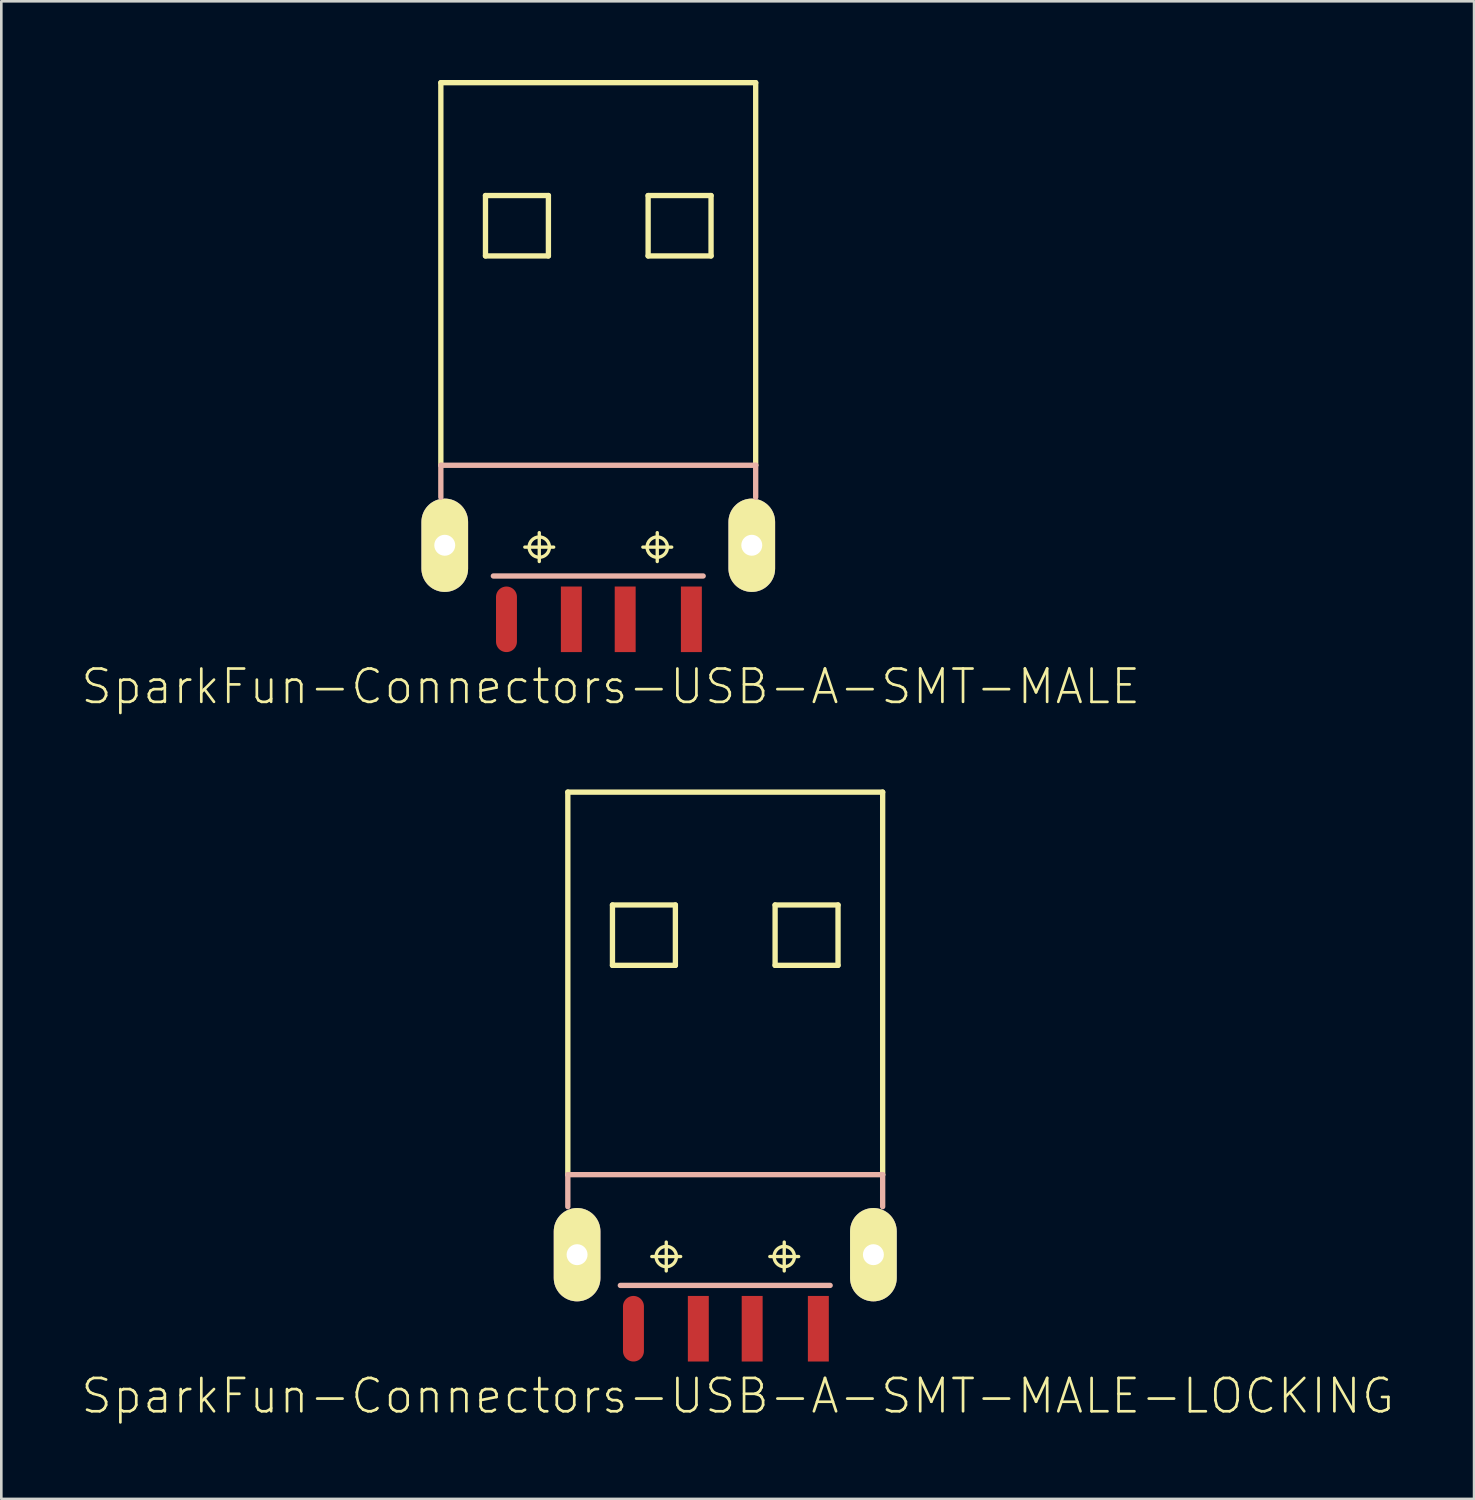
<source format=kicad_pcb>
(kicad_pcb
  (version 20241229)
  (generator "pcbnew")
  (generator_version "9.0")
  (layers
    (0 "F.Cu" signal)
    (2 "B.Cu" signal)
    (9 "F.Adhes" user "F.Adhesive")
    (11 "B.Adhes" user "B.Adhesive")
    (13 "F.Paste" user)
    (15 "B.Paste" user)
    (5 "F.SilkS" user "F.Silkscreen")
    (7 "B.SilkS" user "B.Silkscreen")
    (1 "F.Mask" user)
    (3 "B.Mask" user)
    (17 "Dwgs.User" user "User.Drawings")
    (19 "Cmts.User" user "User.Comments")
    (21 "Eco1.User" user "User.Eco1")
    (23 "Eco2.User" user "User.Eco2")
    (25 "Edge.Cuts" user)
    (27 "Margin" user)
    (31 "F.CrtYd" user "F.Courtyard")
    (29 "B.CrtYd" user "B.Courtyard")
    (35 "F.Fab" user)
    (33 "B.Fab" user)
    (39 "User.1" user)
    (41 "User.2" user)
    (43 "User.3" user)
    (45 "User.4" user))
  (footprint "SparkFun-Connectors-USB-A-SMT-MALE"
    (layer "F.Cu")
    (at 19.749 14.681)
    (property "Reference" "SparkFun-Connectors-USB-A-SMT-MALE" (at 0.475 8.433 0) (layer "F.SilkS") (effects (font (size 1.27 1.27) (thickness 0.102))))
    (attr smd)
    (fp_line (start -6.248 2.248) (end -5.448 2.248) (stroke (width 0.127) (type solid)) (layer "F.SilkS"))
    (fp_line (start -6.248 2.649) (end -5.448 2.649) (stroke (width 0.127) (type solid)) (layer "F.SilkS"))
    (fp_line (start -6.248 3.449) (end -5.448 3.449) (stroke (width 0.127) (type solid)) (layer "F.SilkS"))
    (fp_line (start -6.248 3.848) (end -5.448 3.848) (stroke (width 0.127) (type solid)) (layer "F.SilkS"))
    (fp_line (start -5.999 0) (end -5.999 -14.58) (stroke (width 0.203) (type solid)) (layer "F.SilkS"))
    (fp_line (start -5.85 2.649) (end -5.85 1.849) (stroke (width 0.127) (type solid)) (layer "F.SilkS"))
    (fp_line (start -5.85 3.048) (end -5.85 2.248) (stroke (width 0.127) (type solid)) (layer "F.SilkS"))
    (fp_line (start -5.85 3.848) (end -5.85 3.048) (stroke (width 0.127) (type solid)) (layer "F.SilkS"))
    (fp_line (start -5.85 4.249) (end -5.85 3.449) (stroke (width 0.127) (type solid)) (layer "F.SilkS"))
    (fp_line (start -4.298 -10.279) (end -4.298 -7.978) (stroke (width 0.203) (type solid)) (layer "F.SilkS"))
    (fp_line (start -4.298 -7.978) (end -1.9 -7.978) (stroke (width 0.203) (type solid)) (layer "F.SilkS"))
    (fp_line (start -2.799 3.119) (end -1.699 3.119) (stroke (width 0.127) (type solid)) (layer "F.SilkS"))
    (fp_line (start -2.248 3.668) (end -2.248 2.568) (stroke (width 0.127) (type solid)) (layer "F.SilkS"))
    (fp_line (start -1.9 -10.279) (end -4.298 -10.279) (stroke (width 0.203) (type solid)) (layer "F.SilkS"))
    (fp_line (start -1.9 -7.978) (end -1.9 -10.279) (stroke (width 0.203) (type solid)) (layer "F.SilkS"))
    (fp_line (start 1.699 3.119) (end 2.799 3.119) (stroke (width 0.127) (type solid)) (layer "F.SilkS"))
    (fp_line (start 1.9 -10.279) (end 1.9 -7.978) (stroke (width 0.203) (type solid)) (layer "F.SilkS"))
    (fp_line (start 1.9 -7.978) (end 4.298 -7.978) (stroke (width 0.203) (type solid)) (layer "F.SilkS"))
    (fp_line (start 2.248 3.668) (end 2.248 2.568) (stroke (width 0.127) (type solid)) (layer "F.SilkS"))
    (fp_line (start 4.298 -10.279) (end 1.9 -10.279) (stroke (width 0.203) (type solid)) (layer "F.SilkS"))
    (fp_line (start 4.298 -7.978) (end 4.298 -10.279) (stroke (width 0.203) (type solid)) (layer "F.SilkS"))
    (fp_line (start 5.448 2.248) (end 6.248 2.248) (stroke (width 0.127) (type solid)) (layer "F.SilkS"))
    (fp_line (start 5.448 2.649) (end 6.248 2.649) (stroke (width 0.127) (type solid)) (layer "F.SilkS"))
    (fp_line (start 5.448 3.449) (end 6.248 3.449) (stroke (width 0.127) (type solid)) (layer "F.SilkS"))
    (fp_line (start 5.448 3.848) (end 6.248 3.848) (stroke (width 0.127) (type solid)) (layer "F.SilkS"))
    (fp_line (start 5.85 2.649) (end 5.85 1.849) (stroke (width 0.127) (type solid)) (layer "F.SilkS"))
    (fp_line (start 5.85 3.048) (end 5.85 2.248) (stroke (width 0.127) (type solid)) (layer "F.SilkS"))
    (fp_line (start 5.85 3.848) (end 5.85 3.048) (stroke (width 0.127) (type solid)) (layer "F.SilkS"))
    (fp_line (start 5.85 4.249) (end 5.85 3.449) (stroke (width 0.127) (type solid)) (layer "F.SilkS"))
    (fp_line (start 5.999 -14.58) (end -5.999 -14.58) (stroke (width 0.203) (type solid)) (layer "F.SilkS"))
    (fp_line (start 5.999 0) (end 5.999 -14.58) (stroke (width 0.203) (type solid)) (layer "F.SilkS"))
    (fp_circle (center -5.85 2.248) (end -6.048 2.446) (stroke (width 0.127) (type solid)) (fill no) (layer "F.SilkS"))
    (fp_circle (center -5.85 2.649) (end -6.048 2.847) (stroke (width 0.127) (type solid)) (fill no) (layer "F.SilkS"))
    (fp_circle (center -5.85 3.449) (end -6.048 3.647) (stroke (width 0.127) (type solid)) (fill no) (layer "F.SilkS"))
    (fp_circle (center -5.85 3.848) (end -6.048 4.046) (stroke (width 0.127) (type solid)) (fill no) (layer "F.SilkS"))
    (fp_circle (center -2.248 3.119) (end -2.522 3.393) (stroke (width 0.127) (type solid)) (fill no) (layer "F.SilkS"))
    (fp_circle (center 2.248 3.119) (end 2.522 3.393) (stroke (width 0.127) (type solid)) (fill no) (layer "F.SilkS"))
    (fp_circle (center 5.85 2.248) (end 6.048 2.446) (stroke (width 0.127) (type solid)) (fill no) (layer "F.SilkS"))
    (fp_circle (center 5.85 2.649) (end 6.048 2.847) (stroke (width 0.127) (type solid)) (fill no) (layer "F.SilkS"))
    (fp_circle (center 5.85 3.449) (end 6.048 3.647) (stroke (width 0.127) (type solid)) (fill no) (layer "F.SilkS"))
    (fp_circle (center 5.85 3.848) (end 6.048 4.046) (stroke (width 0.127) (type solid)) (fill no) (layer "F.SilkS"))
    (fp_line (start -5.999 0) (end -5.999 1.219) (stroke (width 0.203) (type solid)) (layer "B.SilkS"))
    (fp_line (start -3.998 4.219) (end 3.998 4.219) (stroke (width 0.203) (type solid)) (layer "B.SilkS"))
    (fp_line (start 5.999 0) (end -5.999 0) (stroke (width 0.203) (type solid)) (layer "B.SilkS"))
    (fp_line (start 5.999 0) (end 5.999 1.219) (stroke (width 0.203) (type solid)) (layer "B.SilkS"))
    (pad "D+1" smd rect (at 1.026 5.87 270) (size 2.499 0.798) (layers "F.Cu" "F.Mask" "F.Paste"))
    (pad "D-1" smd rect (at -1.026 5.87 270) (size 2.499 0.798) (layers "F.Cu" "F.Mask" "F.Paste"))
    (pad "GND1" smd rect (at 3.548 5.87 270) (size 2.499 0.798) (layers "F.Cu" "F.Mask" "F.Paste"))
    (pad "P$1" thru_hole oval (at 5.85 3.048 180) (size 1.778 3.556) (drill 0.798) (layers "*.Cu" "F.Mask" "F.SilkS" "F.Paste"))
    (pad "P$3" thru_hole oval (at -5.85 3.048 180) (size 1.778 3.556) (drill 0.798) (layers "*.Cu" "F.Mask" "F.SilkS" "F.Paste"))
    (pad "VBUS" smd oval (at -3.498 5.87 270) (size 2.499 0.798) (layers "F.Cu" "F.Mask" "F.Paste")))
  (footprint "SparkFun-Connectors-USB-A-SMT-MALE-LOCKING"
    (layer "F.Cu")
    (at 24.588 41.716)
    (property "Reference" "SparkFun-Connectors-USB-A-SMT-MALE-LOCKING" (at 0.475 8.433 0) (layer "F.SilkS") (effects (font (size 1.27 1.27) (thickness 0.102))))
    (attr smd)
    (fp_line (start -6.185 4.064) (end -6.185 2.032) (stroke (width 0.1) (type solid)) (layer "F.SilkS"))
    (fp_line (start -6.045 2.248) (end -5.245 2.248) (stroke (width 0.127) (type solid)) (layer "F.SilkS"))
    (fp_line (start -6.045 2.649) (end -5.245 2.649) (stroke (width 0.127) (type solid)) (layer "F.SilkS"))
    (fp_line (start -6.045 3.449) (end -5.245 3.449) (stroke (width 0.127) (type solid)) (layer "F.SilkS"))
    (fp_line (start -6.045 3.848) (end -5.245 3.848) (stroke (width 0.127) (type solid)) (layer "F.SilkS"))
    (fp_line (start -5.999 0) (end -5.999 -14.58) (stroke (width 0.203) (type solid)) (layer "F.SilkS"))
    (fp_line (start -5.994 2.032) (end -5.664 2.032) (stroke (width 0.066) (type solid)) (layer "F.SilkS"))
    (fp_line (start -5.994 4.064) (end -5.994 2.032) (stroke (width 0.066) (type solid)) (layer "F.SilkS"))
    (fp_line (start -5.994 4.064) (end -5.994 2.083) (stroke (width 0.1) (type solid)) (layer "F.SilkS"))
    (fp_line (start -5.994 4.064) (end -5.664 4.064) (stroke (width 0.066) (type solid)) (layer "F.SilkS"))
    (fp_line (start -5.664 4.064) (end -5.664 2.032) (stroke (width 0.066) (type solid)) (layer "F.SilkS"))
    (fp_line (start -5.664 4.064) (end -5.664 2.083) (stroke (width 0.1) (type solid)) (layer "F.SilkS"))
    (fp_line (start -5.646 2.649) (end -5.646 1.849) (stroke (width 0.127) (type solid)) (layer "F.SilkS"))
    (fp_line (start -5.646 3.048) (end -5.646 2.248) (stroke (width 0.127) (type solid)) (layer "F.SilkS"))
    (fp_line (start -5.646 3.848) (end -5.646 3.048) (stroke (width 0.127) (type solid)) (layer "F.SilkS"))
    (fp_line (start -5.646 4.249) (end -5.646 3.449) (stroke (width 0.127) (type solid)) (layer "F.SilkS"))
    (fp_line (start -4.298 -10.279) (end -4.298 -7.978) (stroke (width 0.203) (type solid)) (layer "F.SilkS"))
    (fp_line (start -4.298 -7.978) (end -1.9 -7.978) (stroke (width 0.203) (type solid)) (layer "F.SilkS"))
    (fp_line (start -2.799 3.119) (end -1.699 3.119) (stroke (width 0.127) (type solid)) (layer "F.SilkS"))
    (fp_line (start -2.248 3.668) (end -2.248 2.568) (stroke (width 0.127) (type solid)) (layer "F.SilkS"))
    (fp_line (start -1.9 -10.279) (end -4.298 -10.279) (stroke (width 0.203) (type solid)) (layer "F.SilkS"))
    (fp_line (start -1.9 -7.978) (end -1.9 -10.279) (stroke (width 0.203) (type solid)) (layer "F.SilkS"))
    (fp_line (start 1.699 3.119) (end 2.799 3.119) (stroke (width 0.127) (type solid)) (layer "F.SilkS"))
    (fp_line (start 1.9 -10.279) (end 1.9 -7.978) (stroke (width 0.203) (type solid)) (layer "F.SilkS"))
    (fp_line (start 1.9 -7.978) (end 4.298 -7.978) (stroke (width 0.203) (type solid)) (layer "F.SilkS"))
    (fp_line (start 2.248 3.668) (end 2.248 2.568) (stroke (width 0.127) (type solid)) (layer "F.SilkS"))
    (fp_line (start 4.298 -10.279) (end 1.9 -10.279) (stroke (width 0.203) (type solid)) (layer "F.SilkS"))
    (fp_line (start 4.298 -7.978) (end 4.298 -10.279) (stroke (width 0.203) (type solid)) (layer "F.SilkS"))
    (fp_line (start 5.245 2.248) (end 6.045 2.248) (stroke (width 0.127) (type solid)) (layer "F.SilkS"))
    (fp_line (start 5.245 2.649) (end 6.045 2.649) (stroke (width 0.127) (type solid)) (layer "F.SilkS"))
    (fp_line (start 5.245 3.449) (end 6.045 3.449) (stroke (width 0.127) (type solid)) (layer "F.SilkS"))
    (fp_line (start 5.245 3.848) (end 6.045 3.848) (stroke (width 0.127) (type solid)) (layer "F.SilkS"))
    (fp_line (start 5.646 2.649) (end 5.646 1.849) (stroke (width 0.127) (type solid)) (layer "F.SilkS"))
    (fp_line (start 5.646 3.048) (end 5.646 2.248) (stroke (width 0.127) (type solid)) (layer "F.SilkS"))
    (fp_line (start 5.646 3.848) (end 5.646 3.048) (stroke (width 0.127) (type solid)) (layer "F.SilkS"))
    (fp_line (start 5.646 4.249) (end 5.646 3.449) (stroke (width 0.127) (type solid)) (layer "F.SilkS"))
    (fp_line (start 5.664 2.032) (end 5.994 2.032) (stroke (width 0.066) (type solid)) (layer "F.SilkS"))
    (fp_line (start 5.664 4.064) (end 5.664 2.032) (stroke (width 0.066) (type solid)) (layer "F.SilkS"))
    (fp_line (start 5.664 4.064) (end 5.994 4.064) (stroke (width 0.066) (type solid)) (layer "F.SilkS"))
    (fp_line (start 5.994 4.064) (end 5.994 2.032) (stroke (width 0.066) (type solid)) (layer "F.SilkS"))
    (fp_line (start 5.999 -14.58) (end -5.999 -14.58) (stroke (width 0.203) (type solid)) (layer "F.SilkS"))
    (fp_line (start 5.999 0) (end 5.999 -14.58) (stroke (width 0.203) (type solid)) (layer "F.SilkS"))
    (fp_line (start 6.185 2.032) (end 6.185 4.064) (stroke (width 0.1) (type solid)) (layer "F.SilkS"))
    (fp_circle (center -5.646 2.248) (end -5.845 2.446) (stroke (width 0.127) (type solid)) (fill no) (layer "F.SilkS"))
    (fp_circle (center -5.646 2.649) (end -5.845 2.847) (stroke (width 0.127) (type solid)) (fill no) (layer "F.SilkS"))
    (fp_circle (center -5.646 3.449) (end -5.845 3.647) (stroke (width 0.127) (type solid)) (fill no) (layer "F.SilkS"))
    (fp_circle (center -5.646 3.848) (end -5.845 4.046) (stroke (width 0.127) (type solid)) (fill no) (layer "F.SilkS"))
    (fp_circle (center -2.248 3.119) (end -2.522 3.393) (stroke (width 0.127) (type solid)) (fill no) (layer "F.SilkS"))
    (fp_circle (center 2.248 3.119) (end 2.522 3.393) (stroke (width 0.127) (type solid)) (fill no) (layer "F.SilkS"))
    (fp_circle (center 5.646 2.248) (end 5.845 2.446) (stroke (width 0.127) (type solid)) (fill no) (layer "F.SilkS"))
    (fp_circle (center 5.646 2.649) (end 5.845 2.847) (stroke (width 0.127) (type solid)) (fill no) (layer "F.SilkS"))
    (fp_circle (center 5.646 3.449) (end 5.845 3.647) (stroke (width 0.127) (type solid)) (fill no) (layer "F.SilkS"))
    (fp_circle (center 5.646 3.848) (end 5.845 4.046) (stroke (width 0.127) (type solid)) (fill no) (layer "F.SilkS"))
    (fp_line (start -5.999 0) (end -5.999 1.219) (stroke (width 0.203) (type solid)) (layer "B.SilkS"))
    (fp_line (start -3.998 4.219) (end 3.998 4.219) (stroke (width 0.203) (type solid)) (layer "B.SilkS"))
    (fp_line (start 5.999 0) (end -5.999 0) (stroke (width 0.203) (type solid)) (layer "B.SilkS"))
    (fp_line (start 5.999 0) (end 5.999 1.219) (stroke (width 0.203) (type solid)) (layer "B.SilkS"))
    (pad "D+1" smd rect (at 1.026 5.87 270) (size 2.499 0.798) (layers "F.Cu" "F.Mask" "F.Paste"))
    (pad "D-1" smd rect (at -1.026 5.87 270) (size 2.499 0.798) (layers "F.Cu" "F.Mask" "F.Paste"))
    (pad "GND1" smd rect (at 3.548 5.87 270) (size 2.499 0.798) (layers "F.Cu" "F.Mask" "F.Paste"))
    (pad "P$1" thru_hole oval (at 5.646 3.048 180) (size 1.778 3.556) (drill 0.798) (layers "*.Cu" "F.Mask" "F.SilkS" "F.Paste"))
    (pad "P$3" thru_hole oval (at -5.646 3.048 180) (size 1.778 3.556) (drill 0.798) (layers "*.Cu" "F.Mask" "F.SilkS" "F.Paste"))
    (pad "VBUS" smd oval (at -3.498 5.87 270) (size 2.499 0.798) (layers "F.Cu" "F.Mask" "F.Paste")))
  (gr_rect
    (start -3 -3)
    (end 53.125 54.071)
    (stroke (width 0.1) (type default))
    (fill no)
    (layer "Edge.Cuts")))
</source>
